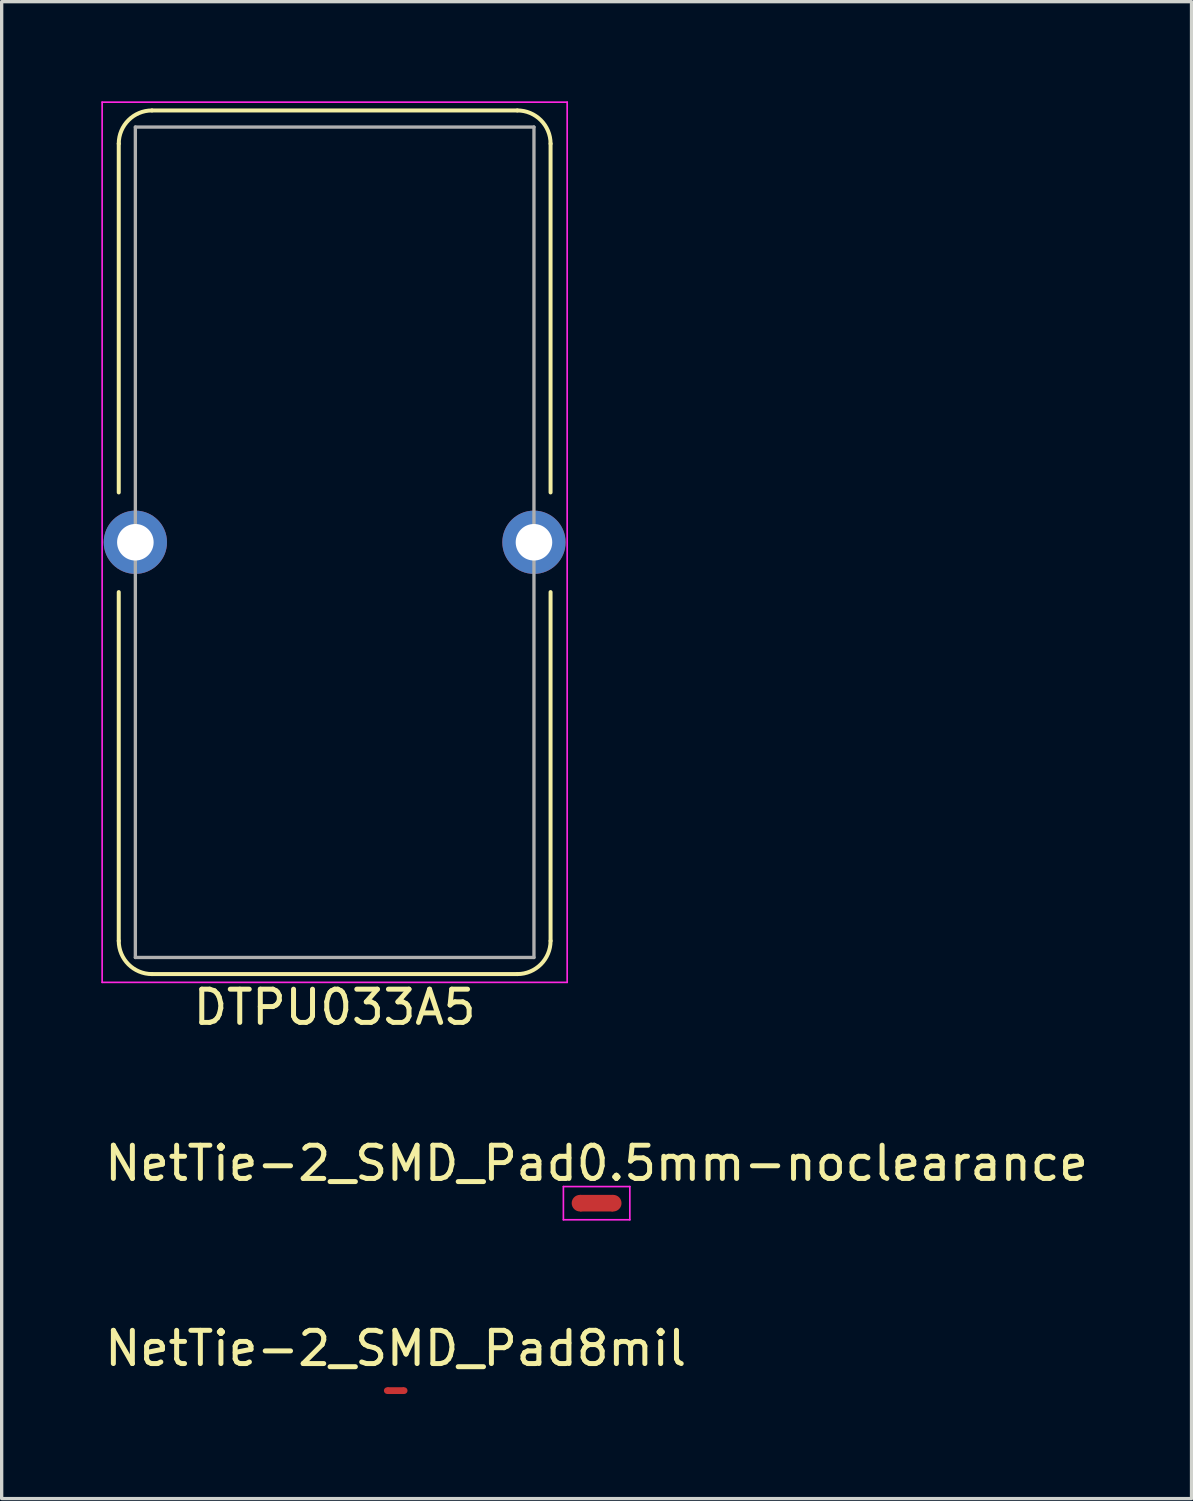
<source format=kicad_pcb>
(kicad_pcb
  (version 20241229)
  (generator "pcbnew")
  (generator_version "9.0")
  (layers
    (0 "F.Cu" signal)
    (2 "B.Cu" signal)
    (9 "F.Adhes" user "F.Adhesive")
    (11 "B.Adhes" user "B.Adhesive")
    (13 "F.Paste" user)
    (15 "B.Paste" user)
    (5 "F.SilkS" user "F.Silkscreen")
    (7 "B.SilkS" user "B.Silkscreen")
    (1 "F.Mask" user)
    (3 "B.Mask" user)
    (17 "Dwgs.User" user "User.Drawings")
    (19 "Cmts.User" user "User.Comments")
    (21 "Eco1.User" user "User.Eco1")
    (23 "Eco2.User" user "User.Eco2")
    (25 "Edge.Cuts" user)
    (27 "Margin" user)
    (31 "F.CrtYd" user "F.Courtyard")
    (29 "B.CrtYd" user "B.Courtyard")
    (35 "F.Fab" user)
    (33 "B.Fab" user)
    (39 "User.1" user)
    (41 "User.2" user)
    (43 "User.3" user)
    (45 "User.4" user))
  (footprint "NetTie-2_SMD_Pad8mil"
    (layer "F.Cu")
    (at 8.863 38.815)
    (property "Reference" "NetTie-2_SMD_Pad8mil" (at 0 -1.27 0) (layer "F.SilkS") (effects (font (size 1 1) (thickness 0.15))))
    (attr smd)
    (fp_poly (pts (xy -0.254 0.102) (xy -0.254 -0.102) (xy 0.254 -0.102) (xy 0.254 0.102)) (stroke (width 0) (type solid)) (fill yes) (layer "F.Cu"))
    (pad "1" smd circle (at -0.254 0) (size 0.203 0.203) (layers "F.Cu"))
    (pad "2" smd circle (at 0.254 0) (size 0.203 0.203) (layers "F.Cu")))
  (footprint "NetTie-2_SMD_Pad0.5mm-noclearance"
    (layer "F.Cu")
    (at 14.911 33.172)
    (property "Reference" "NetTie-2_SMD_Pad0.5mm-noclearance" (at 0 -1.2 0) (layer "F.SilkS") (effects (font (size 1 1) (thickness 0.15))))
    (attr exclude_from_pos_files exclude_from_bom)
    (fp_poly (pts (xy -0.5 -0.25) (xy 0.5 -0.25) (xy 0.5 0.25) (xy -0.5 0.25)) (stroke (width 0) (type solid)) (fill yes) (layer "F.Cu"))
    (fp_line (start -1 -0.5) (end -1 0.5) (stroke (width 0.05) (type solid)) (layer "F.CrtYd"))
    (fp_line (start -1 0.5) (end 1 0.5) (stroke (width 0.05) (type solid)) (layer "F.CrtYd"))
    (fp_line (start 1 -0.5) (end -1 -0.5) (stroke (width 0.05) (type solid)) (layer "F.CrtYd"))
    (fp_line (start 1 0.5) (end 1 -0.5) (stroke (width 0.05) (type solid)) (layer "F.CrtYd"))
    (pad "1" smd circle (at -0.5 0) (size 0.5 0.5) (layers "F.Cu"))
    (pad "2" smd circle (at 0.5 0) (size 0.5 0.5) (layers "F.Cu")))
  (footprint "DTPU033A5"
    (layer "F.Cu")
    (at 7.025 13.275)
    (property "Reference" "DTPU033A5" (at 0 14 0) (layer "F.SilkS") (effects (font (size 1 1) (thickness 0.15))))
    (attr through_hole)
    (fp_line (start -6.5 -12) (end -6.5 -1.5) (stroke (width 0.12) (type solid)) (layer "F.SilkS"))
    (fp_line (start -6.5 1.5) (end -6.5 12) (stroke (width 0.12) (type solid)) (layer "F.SilkS"))
    (fp_line (start -5.5 13) (end 5.5 13) (stroke (width 0.12) (type solid)) (layer "F.SilkS"))
    (fp_line (start 5.5 -13) (end -5.5 -13) (stroke (width 0.12) (type solid)) (layer "F.SilkS"))
    (fp_line (start 6.5 -1.5) (end 6.5 -12) (stroke (width 0.12) (type solid)) (layer "F.SilkS"))
    (fp_line (start 6.5 12) (end 6.5 1.5) (stroke (width 0.12) (type solid)) (layer "F.SilkS"))
    (fp_arc (start -6.5 -12) (mid -6.207107 -12.707107) (end -5.5 -13) (stroke (width 0.12) (type solid)) (layer "F.SilkS"))
    (fp_arc (start -5.5 13) (mid -6.207107 12.707107) (end -6.5 12) (stroke (width 0.12) (type solid)) (layer "F.SilkS"))
    (fp_arc (start 5.5 -13) (mid 6.207107 -12.707107) (end 6.5 -12) (stroke (width 0.12) (type solid)) (layer "F.SilkS"))
    (fp_arc (start 6.5 12) (mid 6.207107 12.707107) (end 5.5 13) (stroke (width 0.12) (type solid)) (layer "F.SilkS"))
    (fp_line (start -7 -13.25) (end -7 13.25) (stroke (width 0.05) (type solid)) (layer "F.CrtYd"))
    (fp_line (start 7 -13.25) (end -7 -13.25) (stroke (width 0.05) (type solid)) (layer "F.CrtYd"))
    (fp_line (start 7 13.25) (end -7 13.25) (stroke (width 0.05) (type solid)) (layer "F.CrtYd"))
    (fp_line (start 7 13.25) (end 7 -13.25) (stroke (width 0.05) (type solid)) (layer "F.CrtYd"))
    (fp_line (start -6 -12.5) (end -6 12.5) (stroke (width 0.1) (type solid)) (layer "F.Fab"))
    (fp_line (start -6 12.5) (end 6 12.5) (stroke (width 0.1) (type solid)) (layer "F.Fab"))
    (fp_line (start 6 -12.5) (end -6 -12.5) (stroke (width 0.1) (type solid)) (layer "F.Fab"))
    (fp_line (start 6 12.5) (end 6 -12.5) (stroke (width 0.1) (type solid)) (layer "F.Fab"))
    (pad "1" thru_hole circle (at -6 0) (size 1.905 1.905) (drill 1.1) (layers "*.Cu" "*.Mask"))
    (pad "2" thru_hole circle (at 6 0) (size 1.905 1.905) (drill 1.1) (layers "*.Cu" "*.Mask")))
  (gr_rect
    (start -3 -3)
    (end 32.821 42.065)
    (stroke (width 0.1) (type default))
    (fill no)
    (layer "Edge.Cuts")))
</source>
